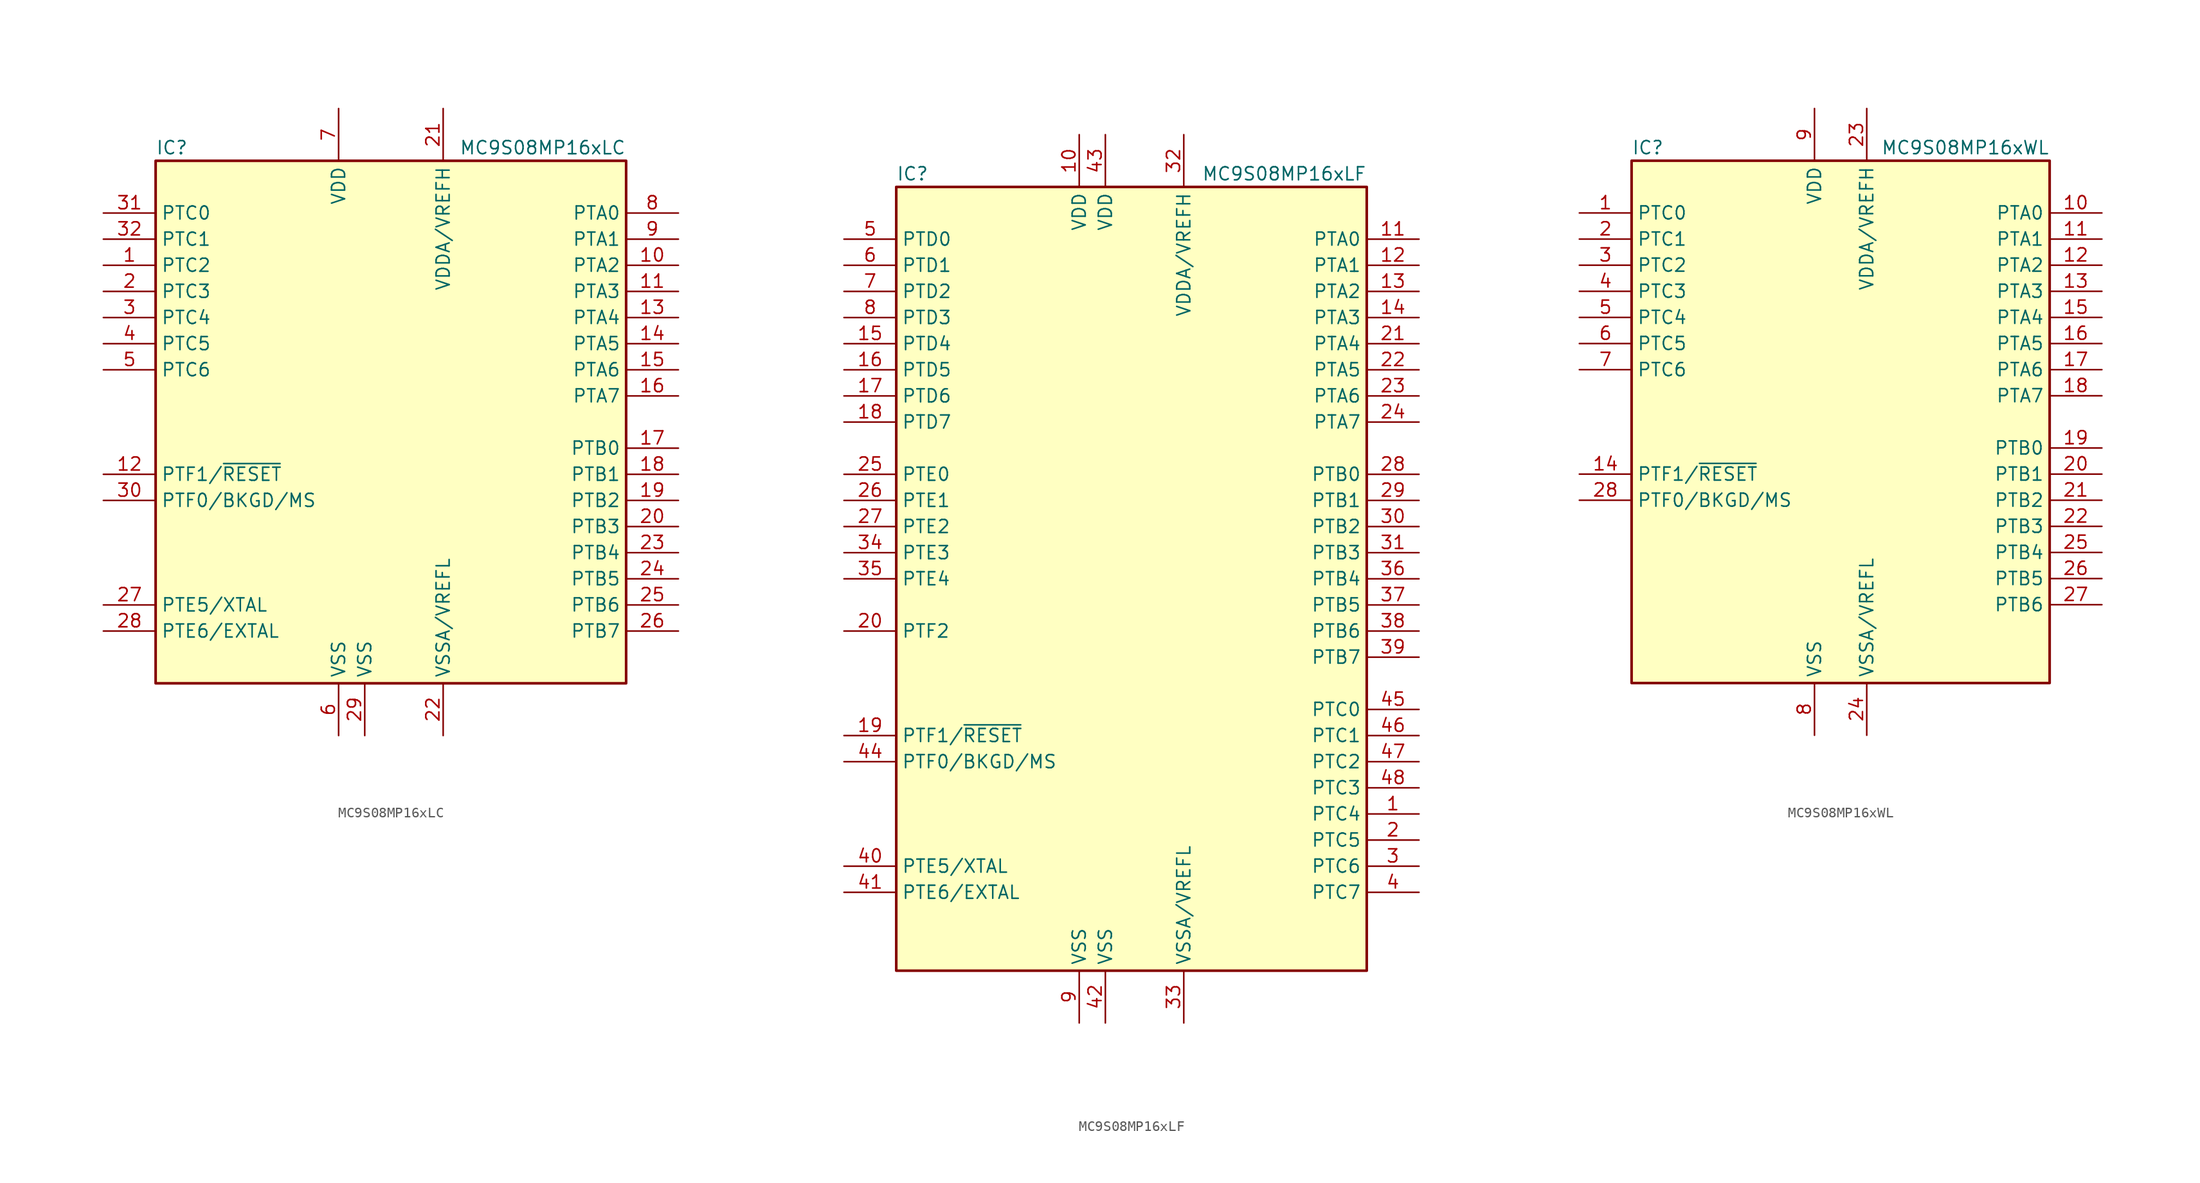
<source format=kicad_sym>
(kicad_symbol_lib
  (version 20211014)
  (generator kicad_symbol_editor)
  (symbol "MC9S08MP16xLC"
    (property "Reference" "IC"
      (at -22.86 26.67 0)
      (effects (font (size 1.27 1.27)) (justify left)))
    (property "Value" "MC9S08MP16xLC"
      (at 22.86 26.67 0)
      (effects (font (size 1.27 1.27)) (justify right)))
    (symbol "MC9S08MP16xLC_0_1"
      (rectangle (start -22.86 25.4) (end 22.86 -25.4) (stroke (width 0.254) (type default) (color 0 0 0 0)) (fill (type background))))
    (symbol "MC9S08MP16xLC_1_1"
      (pin bidirectional line (at -27.94 15.24 0) (length 5.08) (name "PTC2" (effects (font (size 1.27 1.27)))) (number "1" (effects (font (size 1.27 1.27)))))
      (pin bidirectional line (at 27.94 15.24 180) (length 5.08) (name "PTA2" (effects (font (size 1.27 1.27)))) (number "10" (effects (font (size 1.27 1.27)))))
      (pin bidirectional line (at 27.94 12.7 180) (length 5.08) (name "PTA3" (effects (font (size 1.27 1.27)))) (number "11" (effects (font (size 1.27 1.27)))))
      (pin bidirectional line (at -27.94 -5.08 0) (length 5.08) (name "PTF1/~{RESET}" (effects (font (size 1.27 1.27)))) (number "12" (effects (font (size 1.27 1.27)))))
      (pin bidirectional line (at 27.94 10.16 180) (length 5.08) (name "PTA4" (effects (font (size 1.27 1.27)))) (number "13" (effects (font (size 1.27 1.27)))))
      (pin bidirectional line (at 27.94 7.62 180) (length 5.08) (name "PTA5" (effects (font (size 1.27 1.27)))) (number "14" (effects (font (size 1.27 1.27)))))
      (pin bidirectional line (at 27.94 5.08 180) (length 5.08) (name "PTA6" (effects (font (size 1.27 1.27)))) (number "15" (effects (font (size 1.27 1.27)))))
      (pin bidirectional line (at 27.94 2.54 180) (length 5.08) (name "PTA7" (effects (font (size 1.27 1.27)))) (number "16" (effects (font (size 1.27 1.27)))))
      (pin bidirectional line (at 27.94 -2.54 180) (length 5.08) (name "PTB0" (effects (font (size 1.27 1.27)))) (number "17" (effects (font (size 1.27 1.27)))))
      (pin bidirectional line (at 27.94 -5.08 180) (length 5.08) (name "PTB1" (effects (font (size 1.27 1.27)))) (number "18" (effects (font (size 1.27 1.27)))))
      (pin bidirectional line (at 27.94 -7.62 180) (length 5.08) (name "PTB2" (effects (font (size 1.27 1.27)))) (number "19" (effects (font (size 1.27 1.27)))))
      (pin bidirectional line (at -27.94 12.7 0) (length 5.08) (name "PTC3" (effects (font (size 1.27 1.27)))) (number "2" (effects (font (size 1.27 1.27)))))
      (pin bidirectional line (at 27.94 -10.16 180) (length 5.08) (name "PTB3" (effects (font (size 1.27 1.27)))) (number "20" (effects (font (size 1.27 1.27)))))
      (pin power_in line (at 5.08 30.48 270) (length 5.08) (name "VDDA/VREFH" (effects (font (size 1.27 1.27)))) (number "21" (effects (font (size 1.27 1.27)))))
      (pin power_in line (at 5.08 -30.48 90) (length 5.08) (name "VSSA/VREFL" (effects (font (size 1.27 1.27)))) (number "22" (effects (font (size 1.27 1.27)))))
      (pin bidirectional line (at 27.94 -12.7 180) (length 5.08) (name "PTB4" (effects (font (size 1.27 1.27)))) (number "23" (effects (font (size 1.27 1.27)))))
      (pin bidirectional line (at 27.94 -15.24 180) (length 5.08) (name "PTB5" (effects (font (size 1.27 1.27)))) (number "24" (effects (font (size 1.27 1.27)))))
      (pin bidirectional line (at 27.94 -17.78 180) (length 5.08) (name "PTB6" (effects (font (size 1.27 1.27)))) (number "25" (effects (font (size 1.27 1.27)))))
      (pin bidirectional line (at 27.94 -20.32 180) (length 5.08) (name "PTB7" (effects (font (size 1.27 1.27)))) (number "26" (effects (font (size 1.27 1.27)))))
      (pin bidirectional line (at -27.94 -17.78 0) (length 5.08) (name "PTE5/XTAL" (effects (font (size 1.27 1.27)))) (number "27" (effects (font (size 1.27 1.27)))))
      (pin bidirectional line (at -27.94 -20.32 0) (length 5.08) (name "PTE6/EXTAL" (effects (font (size 1.27 1.27)))) (number "28" (effects (font (size 1.27 1.27)))))
      (pin power_in line (at -2.54 -30.48 90) (length 5.08) (name "VSS" (effects (font (size 1.27 1.27)))) (number "29" (effects (font (size 1.27 1.27)))))
      (pin bidirectional line (at -27.94 10.16 0) (length 5.08) (name "PTC4" (effects (font (size 1.27 1.27)))) (number "3" (effects (font (size 1.27 1.27)))))
      (pin bidirectional line (at -27.94 -7.62 0) (length 5.08) (name "PTF0/BKGD/MS" (effects (font (size 1.27 1.27)))) (number "30" (effects (font (size 1.27 1.27)))))
      (pin bidirectional line (at -27.94 20.32 0) (length 5.08) (name "PTC0" (effects (font (size 1.27 1.27)))) (number "31" (effects (font (size 1.27 1.27)))))
      (pin bidirectional line (at -27.94 17.78 0) (length 5.08) (name "PTC1" (effects (font (size 1.27 1.27)))) (number "32" (effects (font (size 1.27 1.27)))))
      (pin bidirectional line (at -27.94 7.62 0) (length 5.08) (name "PTC5" (effects (font (size 1.27 1.27)))) (number "4" (effects (font (size 1.27 1.27)))))
      (pin bidirectional line (at -27.94 5.08 0) (length 5.08) (name "PTC6" (effects (font (size 1.27 1.27)))) (number "5" (effects (font (size 1.27 1.27)))))
      (pin power_in line (at -5.08 -30.48 90) (length 5.08) (name "VSS" (effects (font (size 1.27 1.27)))) (number "6" (effects (font (size 1.27 1.27)))))
      (pin power_in line (at -5.08 30.48 270) (length 5.08) (name "VDD" (effects (font (size 1.27 1.27)))) (number "7" (effects (font (size 1.27 1.27)))))
      (pin bidirectional line (at 27.94 20.32 180) (length 5.08) (name "PTA0" (effects (font (size 1.27 1.27)))) (number "8" (effects (font (size 1.27 1.27)))))
      (pin bidirectional line (at 27.94 17.78 180) (length 5.08) (name "PTA1" (effects (font (size 1.27 1.27)))) (number "9" (effects (font (size 1.27 1.27)))))))
  (symbol "MC9S08MP16xLF"
    (property "Reference" "IC"
      (at -22.86 39.37 0)
      (effects (font (size 1.27 1.27)) (justify left)))
    (property "Value" "MC9S08MP16xLF"
      (at 22.86 39.37 0)
      (effects (font (size 1.27 1.27)) (justify right)))
    (symbol "MC9S08MP16xLF_0_1"
      (rectangle (start -22.86 38.1) (end 22.86 -38.1) (stroke (width 0.254) (type default) (color 0 0 0 0)) (fill (type background))))
    (symbol "MC9S08MP16xLF_1_1"
      (pin bidirectional line (at 27.94 -22.86 180) (length 5.08) (name "PTC4" (effects (font (size 1.27 1.27)))) (number "1" (effects (font (size 1.27 1.27)))))
      (pin power_in line (at -5.08 43.18 270) (length 5.08) (name "VDD" (effects (font (size 1.27 1.27)))) (number "10" (effects (font (size 1.27 1.27)))))
      (pin bidirectional line (at 27.94 33.02 180) (length 5.08) (name "PTA0" (effects (font (size 1.27 1.27)))) (number "11" (effects (font (size 1.27 1.27)))))
      (pin bidirectional line (at 27.94 30.48 180) (length 5.08) (name "PTA1" (effects (font (size 1.27 1.27)))) (number "12" (effects (font (size 1.27 1.27)))))
      (pin bidirectional line (at 27.94 27.94 180) (length 5.08) (name "PTA2" (effects (font (size 1.27 1.27)))) (number "13" (effects (font (size 1.27 1.27)))))
      (pin bidirectional line (at 27.94 25.4 180) (length 5.08) (name "PTA3" (effects (font (size 1.27 1.27)))) (number "14" (effects (font (size 1.27 1.27)))))
      (pin bidirectional line (at -27.94 22.86 0) (length 5.08) (name "PTD4" (effects (font (size 1.27 1.27)))) (number "15" (effects (font (size 1.27 1.27)))))
      (pin bidirectional line (at -27.94 20.32 0) (length 5.08) (name "PTD5" (effects (font (size 1.27 1.27)))) (number "16" (effects (font (size 1.27 1.27)))))
      (pin bidirectional line (at -27.94 17.78 0) (length 5.08) (name "PTD6" (effects (font (size 1.27 1.27)))) (number "17" (effects (font (size 1.27 1.27)))))
      (pin bidirectional line (at -27.94 15.24 0) (length 5.08) (name "PTD7" (effects (font (size 1.27 1.27)))) (number "18" (effects (font (size 1.27 1.27)))))
      (pin bidirectional line (at -27.94 -15.24 0) (length 5.08) (name "PTF1/~{RESET}" (effects (font (size 1.27 1.27)))) (number "19" (effects (font (size 1.27 1.27)))))
      (pin bidirectional line (at 27.94 -25.4 180) (length 5.08) (name "PTC5" (effects (font (size 1.27 1.27)))) (number "2" (effects (font (size 1.27 1.27)))))
      (pin bidirectional line (at -27.94 -5.08 0) (length 5.08) (name "PTF2" (effects (font (size 1.27 1.27)))) (number "20" (effects (font (size 1.27 1.27)))))
      (pin bidirectional line (at 27.94 22.86 180) (length 5.08) (name "PTA4" (effects (font (size 1.27 1.27)))) (number "21" (effects (font (size 1.27 1.27)))))
      (pin bidirectional line (at 27.94 20.32 180) (length 5.08) (name "PTA5" (effects (font (size 1.27 1.27)))) (number "22" (effects (font (size 1.27 1.27)))))
      (pin bidirectional line (at 27.94 17.78 180) (length 5.08) (name "PTA6" (effects (font (size 1.27 1.27)))) (number "23" (effects (font (size 1.27 1.27)))))
      (pin bidirectional line (at 27.94 15.24 180) (length 5.08) (name "PTA7" (effects (font (size 1.27 1.27)))) (number "24" (effects (font (size 1.27 1.27)))))
      (pin bidirectional line (at -27.94 10.16 0) (length 5.08) (name "PTE0" (effects (font (size 1.27 1.27)))) (number "25" (effects (font (size 1.27 1.27)))))
      (pin bidirectional line (at -27.94 7.62 0) (length 5.08) (name "PTE1" (effects (font (size 1.27 1.27)))) (number "26" (effects (font (size 1.27 1.27)))))
      (pin bidirectional line (at -27.94 5.08 0) (length 5.08) (name "PTE2" (effects (font (size 1.27 1.27)))) (number "27" (effects (font (size 1.27 1.27)))))
      (pin bidirectional line (at 27.94 10.16 180) (length 5.08) (name "PTB0" (effects (font (size 1.27 1.27)))) (number "28" (effects (font (size 1.27 1.27)))))
      (pin bidirectional line (at 27.94 7.62 180) (length 5.08) (name "PTB1" (effects (font (size 1.27 1.27)))) (number "29" (effects (font (size 1.27 1.27)))))
      (pin bidirectional line (at 27.94 -27.94 180) (length 5.08) (name "PTC6" (effects (font (size 1.27 1.27)))) (number "3" (effects (font (size 1.27 1.27)))))
      (pin bidirectional line (at 27.94 5.08 180) (length 5.08) (name "PTB2" (effects (font (size 1.27 1.27)))) (number "30" (effects (font (size 1.27 1.27)))))
      (pin bidirectional line (at 27.94 2.54 180) (length 5.08) (name "PTB3" (effects (font (size 1.27 1.27)))) (number "31" (effects (font (size 1.27 1.27)))))
      (pin power_in line (at 5.08 43.18 270) (length 5.08) (name "VDDA/VREFH" (effects (font (size 1.27 1.27)))) (number "32" (effects (font (size 1.27 1.27)))))
      (pin power_in line (at 5.08 -43.18 90) (length 5.08) (name "VSSA/VREFL" (effects (font (size 1.27 1.27)))) (number "33" (effects (font (size 1.27 1.27)))))
      (pin bidirectional line (at -27.94 2.54 0) (length 5.08) (name "PTE3" (effects (font (size 1.27 1.27)))) (number "34" (effects (font (size 1.27 1.27)))))
      (pin bidirectional line (at -27.94 0 0) (length 5.08) (name "PTE4" (effects (font (size 1.27 1.27)))) (number "35" (effects (font (size 1.27 1.27)))))
      (pin bidirectional line (at 27.94 0 180) (length 5.08) (name "PTB4" (effects (font (size 1.27 1.27)))) (number "36" (effects (font (size 1.27 1.27)))))
      (pin bidirectional line (at 27.94 -2.54 180) (length 5.08) (name "PTB5" (effects (font (size 1.27 1.27)))) (number "37" (effects (font (size 1.27 1.27)))))
      (pin bidirectional line (at 27.94 -5.08 180) (length 5.08) (name "PTB6" (effects (font (size 1.27 1.27)))) (number "38" (effects (font (size 1.27 1.27)))))
      (pin bidirectional line (at 27.94 -7.62 180) (length 5.08) (name "PTB7" (effects (font (size 1.27 1.27)))) (number "39" (effects (font (size 1.27 1.27)))))
      (pin bidirectional line (at 27.94 -30.48 180) (length 5.08) (name "PTC7" (effects (font (size 1.27 1.27)))) (number "4" (effects (font (size 1.27 1.27)))))
      (pin bidirectional line (at -27.94 -27.94 0) (length 5.08) (name "PTE5/XTAL" (effects (font (size 1.27 1.27)))) (number "40" (effects (font (size 1.27 1.27)))))
      (pin bidirectional line (at -27.94 -30.48 0) (length 5.08) (name "PTE6/EXTAL" (effects (font (size 1.27 1.27)))) (number "41" (effects (font (size 1.27 1.27)))))
      (pin power_in line (at -2.54 -43.18 90) (length 5.08) (name "VSS" (effects (font (size 1.27 1.27)))) (number "42" (effects (font (size 1.27 1.27)))))
      (pin power_in line (at -2.54 43.18 270) (length 5.08) (name "VDD" (effects (font (size 1.27 1.27)))) (number "43" (effects (font (size 1.27 1.27)))))
      (pin bidirectional line (at -27.94 -17.78 0) (length 5.08) (name "PTF0/BKGD/MS" (effects (font (size 1.27 1.27)))) (number "44" (effects (font (size 1.27 1.27)))))
      (pin bidirectional line (at 27.94 -12.7 180) (length 5.08) (name "PTC0" (effects (font (size 1.27 1.27)))) (number "45" (effects (font (size 1.27 1.27)))))
      (pin bidirectional line (at 27.94 -15.24 180) (length 5.08) (name "PTC1" (effects (font (size 1.27 1.27)))) (number "46" (effects (font (size 1.27 1.27)))))
      (pin bidirectional line (at 27.94 -17.78 180) (length 5.08) (name "PTC2" (effects (font (size 1.27 1.27)))) (number "47" (effects (font (size 1.27 1.27)))))
      (pin bidirectional line (at 27.94 -20.32 180) (length 5.08) (name "PTC3" (effects (font (size 1.27 1.27)))) (number "48" (effects (font (size 1.27 1.27)))))
      (pin bidirectional line (at -27.94 33.02 0) (length 5.08) (name "PTD0" (effects (font (size 1.27 1.27)))) (number "5" (effects (font (size 1.27 1.27)))))
      (pin bidirectional line (at -27.94 30.48 0) (length 5.08) (name "PTD1" (effects (font (size 1.27 1.27)))) (number "6" (effects (font (size 1.27 1.27)))))
      (pin bidirectional line (at -27.94 27.94 0) (length 5.08) (name "PTD2" (effects (font (size 1.27 1.27)))) (number "7" (effects (font (size 1.27 1.27)))))
      (pin bidirectional line (at -27.94 25.4 0) (length 5.08) (name "PTD3" (effects (font (size 1.27 1.27)))) (number "8" (effects (font (size 1.27 1.27)))))
      (pin power_in line (at -5.08 -43.18 90) (length 5.08) (name "VSS" (effects (font (size 1.27 1.27)))) (number "9" (effects (font (size 1.27 1.27)))))))
  (symbol "MC9S08MP16xWL"
    (property "Reference" "IC"
      (at -20.32 26.67 0)
      (effects (font (size 1.27 1.27)) (justify left)))
    (property "Value" "MC9S08MP16xWL"
      (at 20.32 26.67 0)
      (effects (font (size 1.27 1.27)) (justify right)))
    (symbol "MC9S08MP16xWL_0_1"
      (rectangle (start -20.32 25.4) (end 20.32 -25.4) (stroke (width 0.254) (type default) (color 0 0 0 0)) (fill (type background))))
    (symbol "MC9S08MP16xWL_1_1"
      (pin bidirectional line (at -25.4 20.32 0) (length 5.08) (name "PTC0" (effects (font (size 1.27 1.27)))) (number "1" (effects (font (size 1.27 1.27)))))
      (pin bidirectional line (at 25.4 20.32 180) (length 5.08) (name "PTA0" (effects (font (size 1.27 1.27)))) (number "10" (effects (font (size 1.27 1.27)))))
      (pin bidirectional line (at 25.4 17.78 180) (length 5.08) (name "PTA1" (effects (font (size 1.27 1.27)))) (number "11" (effects (font (size 1.27 1.27)))))
      (pin bidirectional line (at 25.4 15.24 180) (length 5.08) (name "PTA2" (effects (font (size 1.27 1.27)))) (number "12" (effects (font (size 1.27 1.27)))))
      (pin bidirectional line (at 25.4 12.7 180) (length 5.08) (name "PTA3" (effects (font (size 1.27 1.27)))) (number "13" (effects (font (size 1.27 1.27)))))
      (pin bidirectional line (at -25.4 -5.08 0) (length 5.08) (name "PTF1/~{RESET}" (effects (font (size 1.27 1.27)))) (number "14" (effects (font (size 1.27 1.27)))))
      (pin bidirectional line (at 25.4 10.16 180) (length 5.08) (name "PTA4" (effects (font (size 1.27 1.27)))) (number "15" (effects (font (size 1.27 1.27)))))
      (pin bidirectional line (at 25.4 7.62 180) (length 5.08) (name "PTA5" (effects (font (size 1.27 1.27)))) (number "16" (effects (font (size 1.27 1.27)))))
      (pin bidirectional line (at 25.4 5.08 180) (length 5.08) (name "PTA6" (effects (font (size 1.27 1.27)))) (number "17" (effects (font (size 1.27 1.27)))))
      (pin bidirectional line (at 25.4 2.54 180) (length 5.08) (name "PTA7" (effects (font (size 1.27 1.27)))) (number "18" (effects (font (size 1.27 1.27)))))
      (pin bidirectional line (at 25.4 -2.54 180) (length 5.08) (name "PTB0" (effects (font (size 1.27 1.27)))) (number "19" (effects (font (size 1.27 1.27)))))
      (pin bidirectional line (at -25.4 17.78 0) (length 5.08) (name "PTC1" (effects (font (size 1.27 1.27)))) (number "2" (effects (font (size 1.27 1.27)))))
      (pin bidirectional line (at 25.4 -5.08 180) (length 5.08) (name "PTB1" (effects (font (size 1.27 1.27)))) (number "20" (effects (font (size 1.27 1.27)))))
      (pin bidirectional line (at 25.4 -7.62 180) (length 5.08) (name "PTB2" (effects (font (size 1.27 1.27)))) (number "21" (effects (font (size 1.27 1.27)))))
      (pin bidirectional line (at 25.4 -10.16 180) (length 5.08) (name "PTB3" (effects (font (size 1.27 1.27)))) (number "22" (effects (font (size 1.27 1.27)))))
      (pin power_in line (at 2.54 30.48 270) (length 5.08) (name "VDDA/VREFH" (effects (font (size 1.27 1.27)))) (number "23" (effects (font (size 1.27 1.27)))))
      (pin power_in line (at 2.54 -30.48 90) (length 5.08) (name "VSSA/VREFL" (effects (font (size 1.27 1.27)))) (number "24" (effects (font (size 1.27 1.27)))))
      (pin bidirectional line (at 25.4 -12.7 180) (length 5.08) (name "PTB4" (effects (font (size 1.27 1.27)))) (number "25" (effects (font (size 1.27 1.27)))))
      (pin bidirectional line (at 25.4 -15.24 180) (length 5.08) (name "PTB5" (effects (font (size 1.27 1.27)))) (number "26" (effects (font (size 1.27 1.27)))))
      (pin bidirectional line (at 25.4 -17.78 180) (length 5.08) (name "PTB6" (effects (font (size 1.27 1.27)))) (number "27" (effects (font (size 1.27 1.27)))))
      (pin bidirectional line (at -25.4 -7.62 0) (length 5.08) (name "PTF0/BKGD/MS" (effects (font (size 1.27 1.27)))) (number "28" (effects (font (size 1.27 1.27)))))
      (pin bidirectional line (at -25.4 15.24 0) (length 5.08) (name "PTC2" (effects (font (size 1.27 1.27)))) (number "3" (effects (font (size 1.27 1.27)))))
      (pin bidirectional line (at -25.4 12.7 0) (length 5.08) (name "PTC3" (effects (font (size 1.27 1.27)))) (number "4" (effects (font (size 1.27 1.27)))))
      (pin bidirectional line (at -25.4 10.16 0) (length 5.08) (name "PTC4" (effects (font (size 1.27 1.27)))) (number "5" (effects (font (size 1.27 1.27)))))
      (pin bidirectional line (at -25.4 7.62 0) (length 5.08) (name "PTC5" (effects (font (size 1.27 1.27)))) (number "6" (effects (font (size 1.27 1.27)))))
      (pin bidirectional line (at -25.4 5.08 0) (length 5.08) (name "PTC6" (effects (font (size 1.27 1.27)))) (number "7" (effects (font (size 1.27 1.27)))))
      (pin power_in line (at -2.54 -30.48 90) (length 5.08) (name "VSS" (effects (font (size 1.27 1.27)))) (number "8" (effects (font (size 1.27 1.27)))))
      (pin power_in line (at -2.54 30.48 270) (length 5.08) (name "VDD" (effects (font (size 1.27 1.27)))) (number "9" (effects (font (size 1.27 1.27))))))))
</source>
